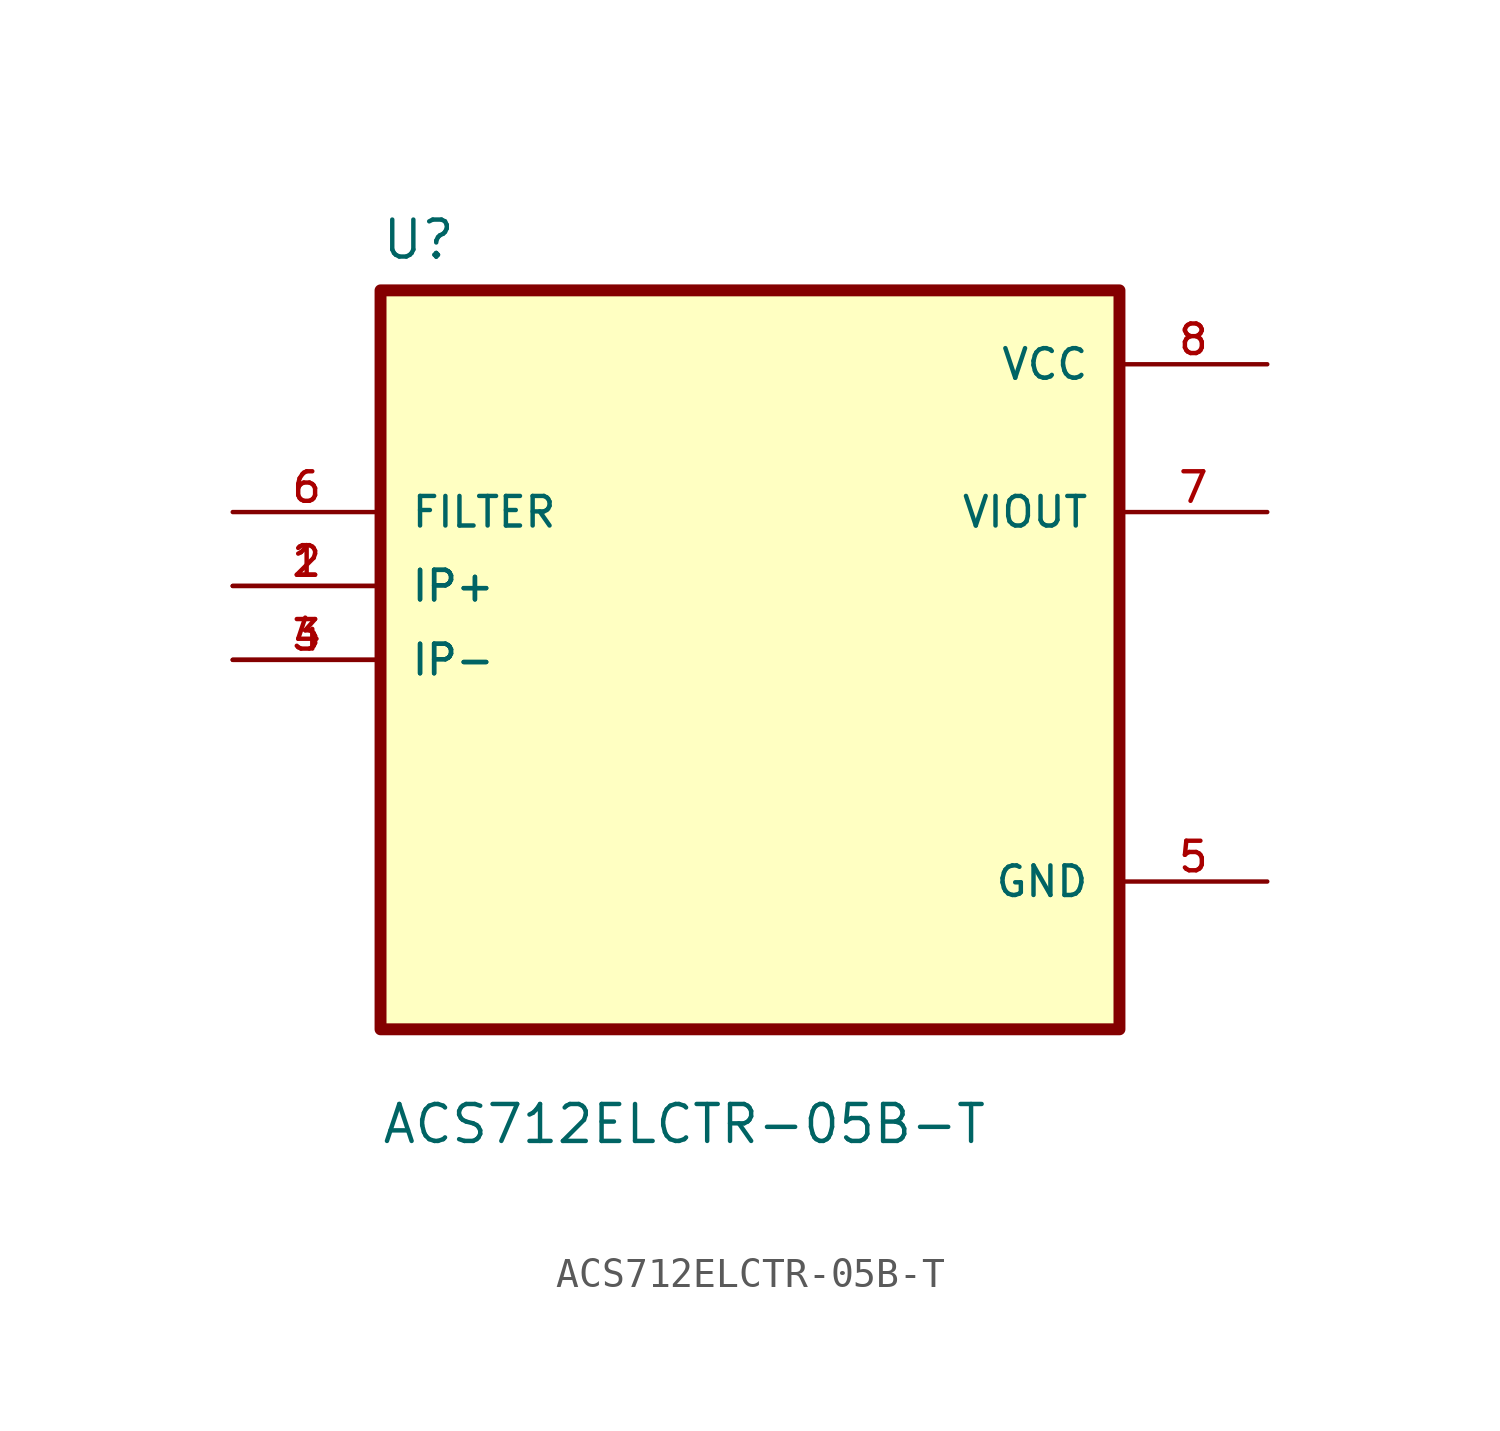
<source format=kicad_sym>
(kicad_symbol_lib
  (version 20211014)
  (generator kicad_symbol_editor)
  (symbol "ACS712ELCTR-05B-T"
    (pin_names
      (offset 1.016))
    (property "Reference" "U"
      (at -12.7 13.7 0.0)
      (effects (font (size 1.27 1.27)) (justify bottom left)))
    (property "Value" "ACS712ELCTR-05B-T"
      (at -12.7 -16.7 0.0)
      (effects (font (size 1.27 1.27)) (justify bottom left)))
    (symbol "ACS712ELCTR-05B-T_0_0"
      (rectangle (start -12.7 -12.7) (end 12.7 12.7) (stroke (width 0.41)) (fill (type background)))
      (pin input line (at -17.78 5.08 0) (length 5.08) (name "FILTER" (effects (font (size 1.016 1.016)))) (number "6" (effects (font (size 1.016 1.016)))))
      (pin input line (at -17.78 2.54 0) (length 5.08) (name "IP+" (effects (font (size 1.016 1.016)))) (number "1" (effects (font (size 1.016 1.016)))))
      (pin input line (at -17.78 2.54 0) (length 5.08) (name "IP+" (effects (font (size 1.016 1.016)))) (number "2" (effects (font (size 1.016 1.016)))))
      (pin input line (at -17.78 -8.88178e-16 0) (length 5.08) (name "IP-" (effects (font (size 1.016 1.016)))) (number "4" (effects (font (size 1.016 1.016)))))
      (pin input line (at -17.78 -8.88178e-16 0) (length 5.08) (name "IP-" (effects (font (size 1.016 1.016)))) (number "3" (effects (font (size 1.016 1.016)))))
      (pin power_in line (at 17.78 10.16 180.0) (length 5.08) (name "VCC" (effects (font (size 1.016 1.016)))) (number "8" (effects (font (size 1.016 1.016)))))
      (pin output line (at 17.78 5.08 180.0) (length 5.08) (name "VIOUT" (effects (font (size 1.016 1.016)))) (number "7" (effects (font (size 1.016 1.016)))))
      (pin power_in line (at 17.78 -7.62 180.0) (length 5.08) (name "GND" (effects (font (size 1.016 1.016)))) (number "5" (effects (font (size 1.016 1.016))))))))
</source>
